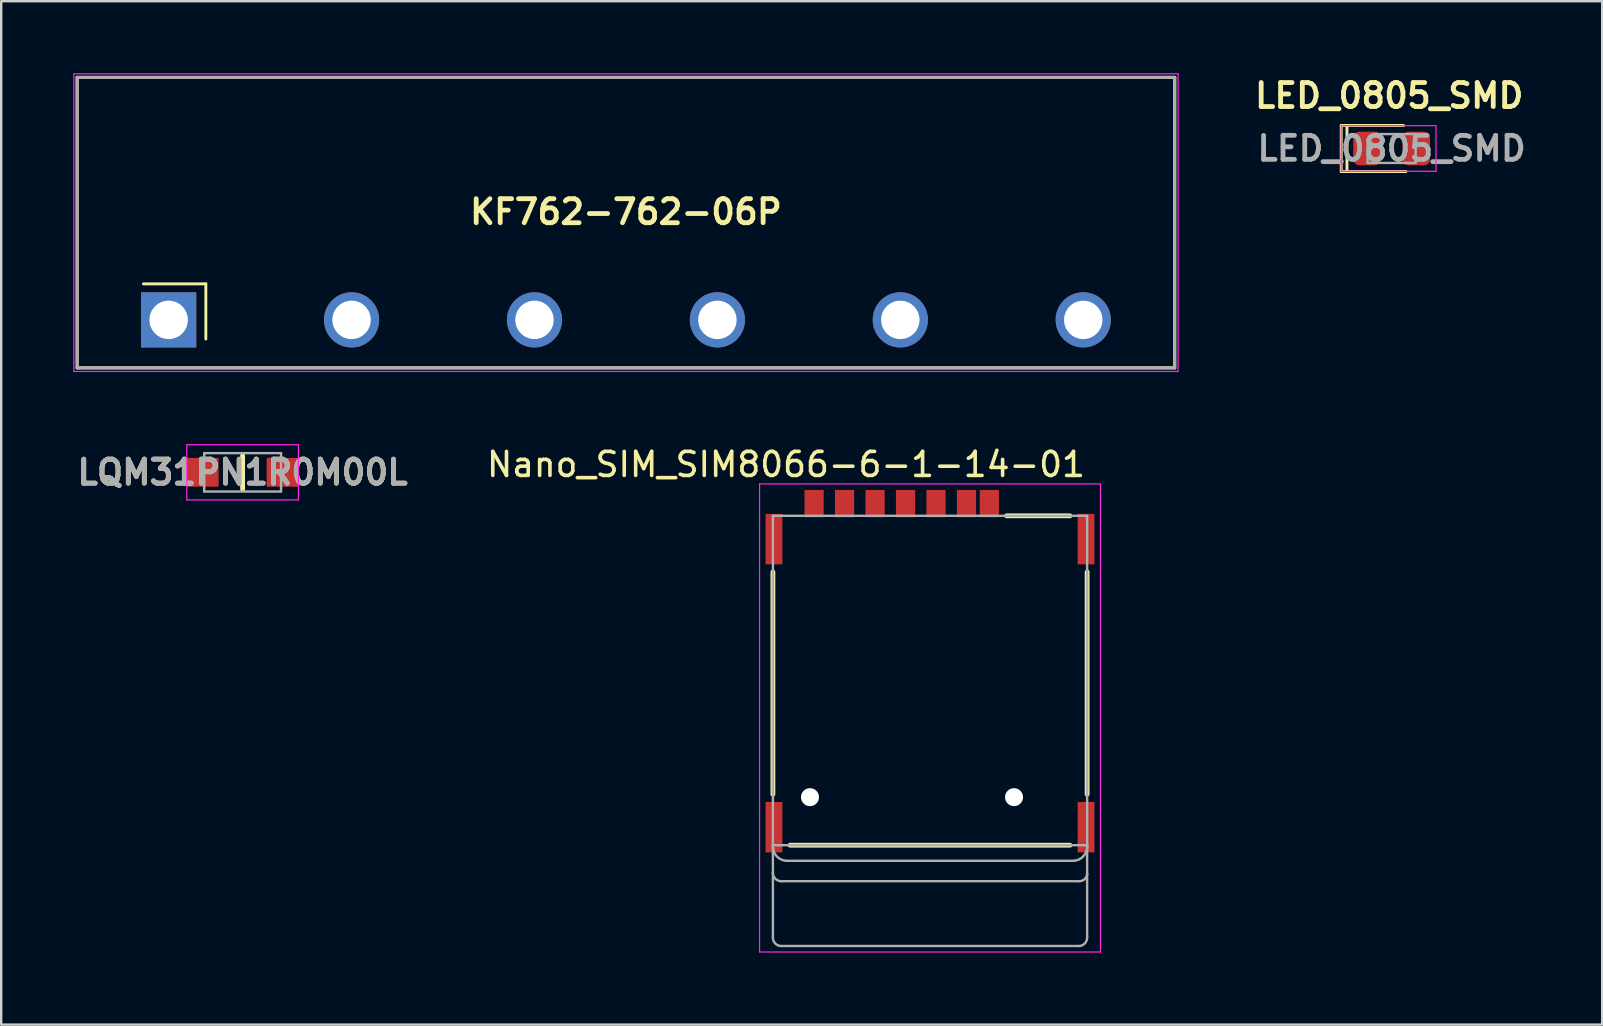
<source format=kicad_pcb>
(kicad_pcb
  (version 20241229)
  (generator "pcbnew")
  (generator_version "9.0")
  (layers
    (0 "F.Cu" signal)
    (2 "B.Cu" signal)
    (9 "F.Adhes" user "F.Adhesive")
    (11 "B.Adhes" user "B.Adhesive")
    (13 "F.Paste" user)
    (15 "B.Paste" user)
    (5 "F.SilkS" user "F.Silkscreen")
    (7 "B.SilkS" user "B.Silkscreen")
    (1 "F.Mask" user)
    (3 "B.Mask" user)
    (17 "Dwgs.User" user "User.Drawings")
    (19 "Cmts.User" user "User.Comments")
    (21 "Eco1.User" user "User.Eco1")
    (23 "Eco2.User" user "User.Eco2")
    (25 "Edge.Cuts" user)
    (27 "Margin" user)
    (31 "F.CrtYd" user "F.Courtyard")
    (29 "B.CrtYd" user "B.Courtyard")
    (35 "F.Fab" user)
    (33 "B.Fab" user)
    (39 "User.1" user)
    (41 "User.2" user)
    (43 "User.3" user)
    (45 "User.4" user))
  (footprint "LQM31PN1R0M00L"
    (layer "F.Cu")
    (at 7.057 16.625)
    (property "Reference" "LQM31PN1R0M00L" (at 0 0 0) (layer "F.SilkS") (effects (font (size 1 1) (thickness 0.2))))
    (attr smd)
    (fp_line (start 0 -0.7) (end 0 0.7) (stroke (width 0.2) (type solid)) (layer "F.SilkS"))
    (fp_line (start -2.325 -1.15) (end 2.325 -1.15) (stroke (width 0.05) (type solid)) (layer "F.CrtYd"))
    (fp_line (start -2.325 1.15) (end -2.325 -1.15) (stroke (width 0.05) (type solid)) (layer "F.CrtYd"))
    (fp_line (start 2.325 -1.15) (end 2.325 1.15) (stroke (width 0.05) (type solid)) (layer "F.CrtYd"))
    (fp_line (start 2.325 1.15) (end -2.325 1.15) (stroke (width 0.05) (type solid)) (layer "F.CrtYd"))
    (fp_line (start -1.6 -0.8) (end 1.6 -0.8) (stroke (width 0.1) (type solid)) (layer "F.Fab"))
    (fp_line (start -1.6 0.8) (end -1.6 -0.8) (stroke (width 0.1) (type solid)) (layer "F.Fab"))
    (fp_line (start 1.6 -0.8) (end 1.6 0.8) (stroke (width 0.1) (type solid)) (layer "F.Fab"))
    (fp_line (start 1.6 0.8) (end -1.6 0.8) (stroke (width 0.1) (type solid)) (layer "F.Fab"))
    (fp_text user "${REFERENCE}" (at 0 0 0) (layer "F.Fab") (effects (font (size 1 1) (thickness 0.2))))
    (pad "1" smd rect (at -1.675 0 90) (size 1.2 1.35) (layers "F.Cu" "F.Mask" "F.Paste"))
    (pad "2" smd rect (at 1.675 0 90) (size 1.2 1.35) (layers "F.Cu" "F.Mask" "F.Paste")))
  (footprint "Nano_SIM_SIM8066-6-1-14-01"
    (layer "F.Cu")
    (at 35.692 25.298)
    (property "Reference" "Nano_SIM_SIM8066-6-1-14-01" (at -6 -9 0) (layer "F.SilkS") (effects (font (size 1 1) (thickness 0.15))))
    (attr through_hole)
    (fp_line (start -6.545 -4.52) (end -6.545 4.74) (stroke (width 0.2) (type solid)) (layer "F.SilkS"))
    (fp_line (start -5.83 6.86) (end 5.83 6.86) (stroke (width 0.2) (type solid)) (layer "F.SilkS"))
    (fp_line (start 3.19 -6.86) (end 5.83 -6.86) (stroke (width 0.2) (type solid)) (layer "F.SilkS"))
    (fp_line (start 6.545 -4.52) (end 6.545 4.74) (stroke (width 0.2) (type solid)) (layer "F.SilkS"))
    (fp_line (start -7.1 -8.19) (end 7.1 -8.19) (stroke (width 0.05) (type solid)) (layer "F.CrtYd"))
    (fp_line (start -7.1 11.31) (end -7.1 -8.19) (stroke (width 0.05) (type solid)) (layer "F.CrtYd"))
    (fp_line (start 7.1 -8.19) (end 7.1 11.31) (stroke (width 0.05) (type solid)) (layer "F.CrtYd"))
    (fp_line (start 7.1 11.31) (end -7.1 11.31) (stroke (width 0.05) (type solid)) (layer "F.CrtYd"))
    (fp_line (start -6.545 -6.86) (end 6.545 -6.86) (stroke (width 0.1) (type solid)) (layer "F.Fab"))
    (fp_line (start -6.545 6.86) (end -6.545 -6.86) (stroke (width 0.1) (type solid)) (layer "F.Fab"))
    (fp_line (start -6.545 6.86) (end -6.545 8.01) (stroke (width 0.1) (type solid)) (layer "F.Fab"))
    (fp_line (start -6.545 8.01) (end -6.545 10.71) (stroke (width 0.1) (type solid)) (layer "F.Fab"))
    (fp_line (start -6.2 8.36) (end 6.2 8.36) (stroke (width 0.1) (type solid)) (layer "F.Fab"))
    (fp_line (start -6.2 11.06) (end 6.2 11.06) (stroke (width 0.1) (type solid)) (layer "F.Fab"))
    (fp_line (start -6 7.51) (end 6 7.51) (stroke (width 0.1) (type solid)) (layer "F.Fab"))
    (fp_line (start 6.545 -6.86) (end 6.545 6.86) (stroke (width 0.1) (type solid)) (layer "F.Fab"))
    (fp_line (start 6.545 6.86) (end -6.545 6.86) (stroke (width 0.1) (type solid)) (layer "F.Fab"))
    (fp_line (start 6.545 6.86) (end 6.545 8.06) (stroke (width 0.1) (type solid)) (layer "F.Fab"))
    (fp_line (start 6.545 8.06) (end 6.545 10.71) (stroke (width 0.1) (type solid)) (layer "F.Fab"))
    (fp_arc (start -6.2 8.36) (mid -6.444987 8.256452) (end -6.545 8.01) (stroke (width 0.1) (type solid)) (layer "F.Fab"))
    (fp_arc (start -6.2 11.06) (mid -6.444987 10.956452) (end -6.545 10.71) (stroke (width 0.1) (type solid)) (layer "F.Fab"))
    (fp_arc (start -6 7.51) (mid -6.407119 7.297873) (end -6.545 6.86) (stroke (width 0.1) (type solid)) (layer "F.Fab"))
    (fp_arc (start 6.545 6.86) (mid 6.407119 7.297873) (end 6 7.51) (stroke (width 0.1) (type solid)) (layer "F.Fab"))
    (fp_arc (start 6.545 8.06) (mid 6.434632 8.281452) (end 6.2 8.36) (stroke (width 0.1) (type solid)) (layer "F.Fab"))
    (fp_arc (start 6.545 10.71) (mid 6.444987 10.956452) (end 6.2 11.06) (stroke (width 0.1) (type solid)) (layer "F.Fab"))
    (pad "" np_thru_hole circle (at -5 4.86) (size 0.75 0.75) (drill 0.75) (layers "*.Cu" "*.Mask"))
    (pad "" np_thru_hole circle (at 3.5 4.86) (size 0.75 0.75) (drill 0.75) (layers "*.Cu" "*.Mask"))
    (pad "1" smd rect (at 0.25 -7.37) (size 0.8 1.14) (layers "F.Cu" "F.Mask" "F.Paste"))
    (pad "2" smd rect (at -2.29 -7.37) (size 0.8 1.14) (layers "F.Cu" "F.Mask" "F.Paste"))
    (pad "3" smd rect (at -4.83 -7.37) (size 0.8 1.14) (layers "F.Cu" "F.Mask" "F.Paste"))
    (pad "5" smd rect (at 1.52 -7.37) (size 0.8 1.14) (layers "F.Cu" "F.Mask" "F.Paste"))
    (pad "6" smd rect (at -1.02 -7.37) (size 0.8 1.14) (layers "F.Cu" "F.Mask" "F.Paste"))
    (pad "7" smd rect (at -3.56 -7.37) (size 0.8 1.14) (layers "F.Cu" "F.Mask" "F.Paste"))
    (pad "CD" smd rect (at 2.47 -7.37) (size 0.8 1.14) (layers "F.Cu" "F.Mask" "F.Paste"))
    (pad "SH" smd rect (at -6.5 -5.89) (size 0.7 2.1) (layers "F.Cu" "F.Mask" "F.Paste"))
    (pad "SH" smd rect (at -6.5 6.11) (size 0.7 2.1) (layers "F.Cu" "F.Mask" "F.Paste"))
    (pad "SH" smd rect (at 6.5 -5.89) (size 0.7 2.1) (layers "F.Cu" "F.Mask" "F.Paste"))
    (pad "SH" smd rect (at 6.5 6.11) (size 0.7 2.1) (layers "F.Cu" "F.Mask" "F.Paste"))
    (zone (net_name "") (layer "F.Cu") (hatch full 0.508) (connect_pads) (min_thickness 0.01) (filled_areas_thickness no) (keepout (tracks not_allowed) (vias not_allowed) (pads not_allowed) (copperpour not_allowed) (footprints allowed)) (placement (enabled no)) (fill) (polygon (pts (xy 31.047 28.458) (xy 32.897 28.458) (xy 32.897 31.858) (xy 31.047 31.858))))
    (zone (net_name "") (layer "F.Cu") (hatch full 0.508) (connect_pads) (min_thickness 0.01) (filled_areas_thickness no) (keepout (tracks not_allowed) (vias not_allowed) (pads not_allowed) (copperpour not_allowed) (footprints allowed)) (placement (enabled no)) (fill) (polygon (pts (xy 31.412 23.003) (xy 32.612 23.003) (xy 32.612 26.213) (xy 31.412 26.213))))
    (zone (net_name "") (layer "F.Cu") (hatch full 0.508) (connect_pads) (min_thickness 0.01) (filled_areas_thickness no) (keepout (tracks not_allowed) (vias not_allowed) (pads not_allowed) (copperpour not_allowed) (footprints allowed)) (placement (enabled no)) (fill) (polygon (pts (xy 33.587 28.458) (xy 35.437 28.458) (xy 35.437 31.858) (xy 33.587 31.858))))
    (zone (net_name "") (layer "F.Cu") (hatch full 0.508) (connect_pads) (min_thickness 0.01) (filled_areas_thickness no) (keepout (tracks not_allowed) (vias not_allowed) (pads not_allowed) (copperpour not_allowed) (footprints allowed)) (placement (enabled no)) (fill) (polygon (pts (xy 33.952 23.003) (xy 35.152 23.003) (xy 35.152 26.213) (xy 33.952 26.213))))
    (zone (net_name "") (layer "F.Cu") (hatch full 0.508) (connect_pads) (min_thickness 0.01) (filled_areas_thickness no) (keepout (tracks not_allowed) (vias not_allowed) (pads not_allowed) (copperpour not_allowed) (footprints allowed)) (placement (enabled no)) (fill) (polygon (pts (xy 36.127 28.458) (xy 37.977 28.458) (xy 37.977 31.858) (xy 36.127 31.858))))
    (zone (net_name "") (layer "F.Cu") (hatch full 0.508) (connect_pads) (min_thickness 0.01) (filled_areas_thickness no) (keepout (tracks not_allowed) (vias not_allowed) (pads not_allowed) (copperpour not_allowed) (footprints allowed)) (placement (enabled no)) (fill) (polygon (pts (xy 36.492 19.613) (xy 37.692 19.613) (xy 37.692 22.163) (xy 36.492 22.163))))
    (zone (net_name "") (layer "F.Cu") (hatch full 0.508) (connect_pads) (min_thickness 0.01) (filled_areas_thickness no) (keepout (tracks not_allowed) (vias not_allowed) (pads not_allowed) (copperpour not_allowed) (footprints allowed)) (placement (enabled no)) (fill) (polygon (pts (xy 36.492 23.003) (xy 37.692 23.003) (xy 37.692 26.213) (xy 36.492 26.213))))
    (zone (net_name "") (layers "F.Cu" "B.Cu") (hatch full 0.508) (connect_pads) (min_thickness 0.01) (filled_areas_thickness no) (keepout (tracks allowed) (vias not_allowed) (pads allowed) (copperpour allowed) (footprints allowed)) (placement (enabled no)) (fill) (polygon (pts (xy 31.047 28.458) (xy 32.897 28.458) (xy 32.897 31.858) (xy 31.047 31.858))))
    (zone (net_name "") (layers "F.Cu" "B.Cu") (hatch full 0.508) (connect_pads) (min_thickness 0.01) (filled_areas_thickness no) (keepout (tracks allowed) (vias not_allowed) (pads allowed) (copperpour allowed) (footprints allowed)) (placement (enabled no)) (fill) (polygon (pts (xy 31.412 23.003) (xy 32.612 23.003) (xy 32.612 26.213) (xy 31.412 26.213))))
    (zone (net_name "") (layers "F.Cu" "B.Cu") (hatch full 0.508) (connect_pads) (min_thickness 0.01) (filled_areas_thickness no) (keepout (tracks allowed) (vias not_allowed) (pads allowed) (copperpour allowed) (footprints allowed)) (placement (enabled no)) (fill) (polygon (pts (xy 33.587 28.458) (xy 35.437 28.458) (xy 35.437 31.858) (xy 33.587 31.858))))
    (zone (net_name "") (layers "F.Cu" "B.Cu") (hatch full 0.508) (connect_pads) (min_thickness 0.01) (filled_areas_thickness no) (keepout (tracks allowed) (vias not_allowed) (pads allowed) (copperpour allowed) (footprints allowed)) (placement (enabled no)) (fill) (polygon (pts (xy 33.952 23.003) (xy 35.152 23.003) (xy 35.152 26.213) (xy 33.952 26.213))))
    (zone (net_name "") (layers "F.Cu" "B.Cu") (hatch full 0.508) (connect_pads) (min_thickness 0.01) (filled_areas_thickness no) (keepout (tracks allowed) (vias not_allowed) (pads allowed) (copperpour allowed) (footprints allowed)) (placement (enabled no)) (fill) (polygon (pts (xy 36.127 28.458) (xy 37.977 28.458) (xy 37.977 31.858) (xy 36.127 31.858))))
    (zone (net_name "") (layers "F.Cu" "B.Cu") (hatch full 0.508) (connect_pads) (min_thickness 0.01) (filled_areas_thickness no) (keepout (tracks allowed) (vias not_allowed) (pads allowed) (copperpour allowed) (footprints allowed)) (placement (enabled no)) (fill) (polygon (pts (xy 36.492 19.613) (xy 37.692 19.613) (xy 37.692 22.163) (xy 36.492 22.163))))
    (zone (net_name "") (layers "F.Cu" "B.Cu") (hatch full 0.508) (connect_pads) (min_thickness 0.01) (filled_areas_thickness no) (keepout (tracks allowed) (vias not_allowed) (pads allowed) (copperpour allowed) (footprints allowed)) (placement (enabled no)) (fill) (polygon (pts (xy 36.492 23.003) (xy 37.692 23.003) (xy 37.692 26.213) (xy 36.492 26.213)))))
  (footprint "LED_0805_SMD"
    (layer "F.Cu")
    (at 54.921 3.136)
    (property "Reference" "LED_0805_SMD" (at -0.1 -2.2 0) (layer "F.SilkS") (effects (font (size 1 1) (thickness 0.2))))
    (attr smd)
    (fp_line (start -2.1 -0.96) (end -2.1 0.96) (stroke (width 0.12) (type solid)) (layer "F.SilkS"))
    (fp_line (start -2.1 0.96) (end 0.6 0.96) (stroke (width 0.12) (type solid)) (layer "F.SilkS"))
    (fp_line (start -1.86 -0.96) (end -1.86 0.96) (stroke (width 0.12) (type solid)) (layer "F.SilkS"))
    (fp_line (start 0.5 -0.96) (end -2.1 -0.96) (stroke (width 0.12) (type solid)) (layer "F.SilkS"))
    (fp_line (start -2.1 -0.95) (end 1.85 -0.95) (stroke (width 0.05) (type solid)) (layer "F.CrtYd"))
    (fp_line (start -2.1 0.95) (end -2.1 -0.95) (stroke (width 0.05) (type solid)) (layer "F.CrtYd"))
    (fp_line (start 1.85 -0.95) (end 1.85 0.95) (stroke (width 0.05) (type solid)) (layer "F.CrtYd"))
    (fp_line (start 1.85 0.95) (end -2.1 0.95) (stroke (width 0.05) (type solid)) (layer "F.CrtYd"))
    (fp_line (start -1 -0.3) (end -1 0.6) (stroke (width 0.1) (type solid)) (layer "F.Fab"))
    (fp_line (start -1 0.6) (end 1 0.6) (stroke (width 0.1) (type solid)) (layer "F.Fab"))
    (fp_line (start -0.7 -0.6) (end -1 -0.3) (stroke (width 0.1) (type solid)) (layer "F.Fab"))
    (fp_line (start 1 -0.6) (end -0.7 -0.6) (stroke (width 0.1) (type solid)) (layer "F.Fab"))
    (fp_line (start 1 0.6) (end 1 -0.6) (stroke (width 0.1) (type solid)) (layer "F.Fab"))
    (fp_text user "${REFERENCE}" (at 0 0 0) (layer "F.Fab") (effects (font (size 1 1) (thickness 0.2))))
    (pad "1" smd roundrect (at -1.025 0) (size 1.15 1.4) (layers "F.Cu" "F.Mask" "F.Paste") (roundrect_rratio 0.217))
    (pad "2" smd roundrect (at 1.025 0) (size 1.15 1.4) (layers "F.Cu" "F.Mask" "F.Paste") (roundrect_rratio 0.217)))
  (footprint "KF762-762-06P"
    (layer "F.Cu")
    (at 23.025 10.275)
    (property "Reference" "KF762-762-06P" (at 0 -4.5 0) (layer "F.SilkS") (effects (font (size 1 1) (thickness 0.2))))
    (attr through_hole)
    (fp_line (start -22.86 -10.1) (end 22.86 -10.1) (stroke (width 0.127) (type solid)) (layer "F.SilkS"))
    (fp_line (start -22.86 2) (end -22.86 -10.1) (stroke (width 0.127) (type solid)) (layer "F.SilkS"))
    (fp_line (start -20.1 -1.5) (end -17.5 -1.5) (stroke (width 0.12) (type solid)) (layer "F.SilkS"))
    (fp_line (start -17.5 -1.5) (end -17.5 0.8) (stroke (width 0.12) (type solid)) (layer "F.SilkS"))
    (fp_line (start 22.86 -10.1) (end 22.86 2) (stroke (width 0.127) (type solid)) (layer "F.SilkS"))
    (fp_line (start 22.86 2) (end -22.86 2) (stroke (width 0.127) (type solid)) (layer "F.SilkS"))
    (fp_line (start -23 -10.25) (end 23 -10.25) (stroke (width 0.05) (type solid)) (layer "F.CrtYd"))
    (fp_line (start -23 2.15) (end -23 -10.25) (stroke (width 0.05) (type solid)) (layer "F.CrtYd"))
    (fp_line (start 23 -10.25) (end 23 2.15) (stroke (width 0.05) (type solid)) (layer "F.CrtYd"))
    (fp_line (start 23 2.15) (end -23 2.15) (stroke (width 0.05) (type solid)) (layer "F.CrtYd"))
    (fp_line (start -22.86 -10.1) (end 22.86 -10.1) (stroke (width 0.127) (type solid)) (layer "F.Fab"))
    (fp_line (start -22.86 2) (end -22.86 -10.1) (stroke (width 0.127) (type solid)) (layer "F.Fab"))
    (fp_line (start 22.86 -10.1) (end 22.86 2) (stroke (width 0.127) (type solid)) (layer "F.Fab"))
    (fp_line (start 22.86 2) (end -22.86 2) (stroke (width 0.127) (type solid)) (layer "F.Fab"))
    (pad "1" thru_hole rect (at -19.05 0) (size 2.3 2.3) (drill 1.6) (layers "*.Cu" "*.Mask"))
    (pad "2" thru_hole circle (at -11.43 0) (size 2.3 2.3) (drill 1.6) (layers "*.Cu" "*.Mask"))
    (pad "3" thru_hole circle (at -3.81 0) (size 2.3 2.3) (drill 1.6) (layers "*.Cu" "*.Mask"))
    (pad "4" thru_hole circle (at 3.81 0) (size 2.3 2.3) (drill 1.6) (layers "*.Cu" "*.Mask"))
    (pad "5" thru_hole circle (at 11.43 0) (size 2.3 2.3) (drill 1.6) (layers "*.Cu" "*.Mask"))
    (pad "6" thru_hole circle (at 19.05 0) (size 2.3 2.3) (drill 1.6) (layers "*.Cu" "*.Mask")))
  (gr_rect
    (start -3 -3)
    (end 63.693 39.633)
    (stroke (width 0.1) (type default))
    (fill no)
    (layer "Edge.Cuts")))
</source>
